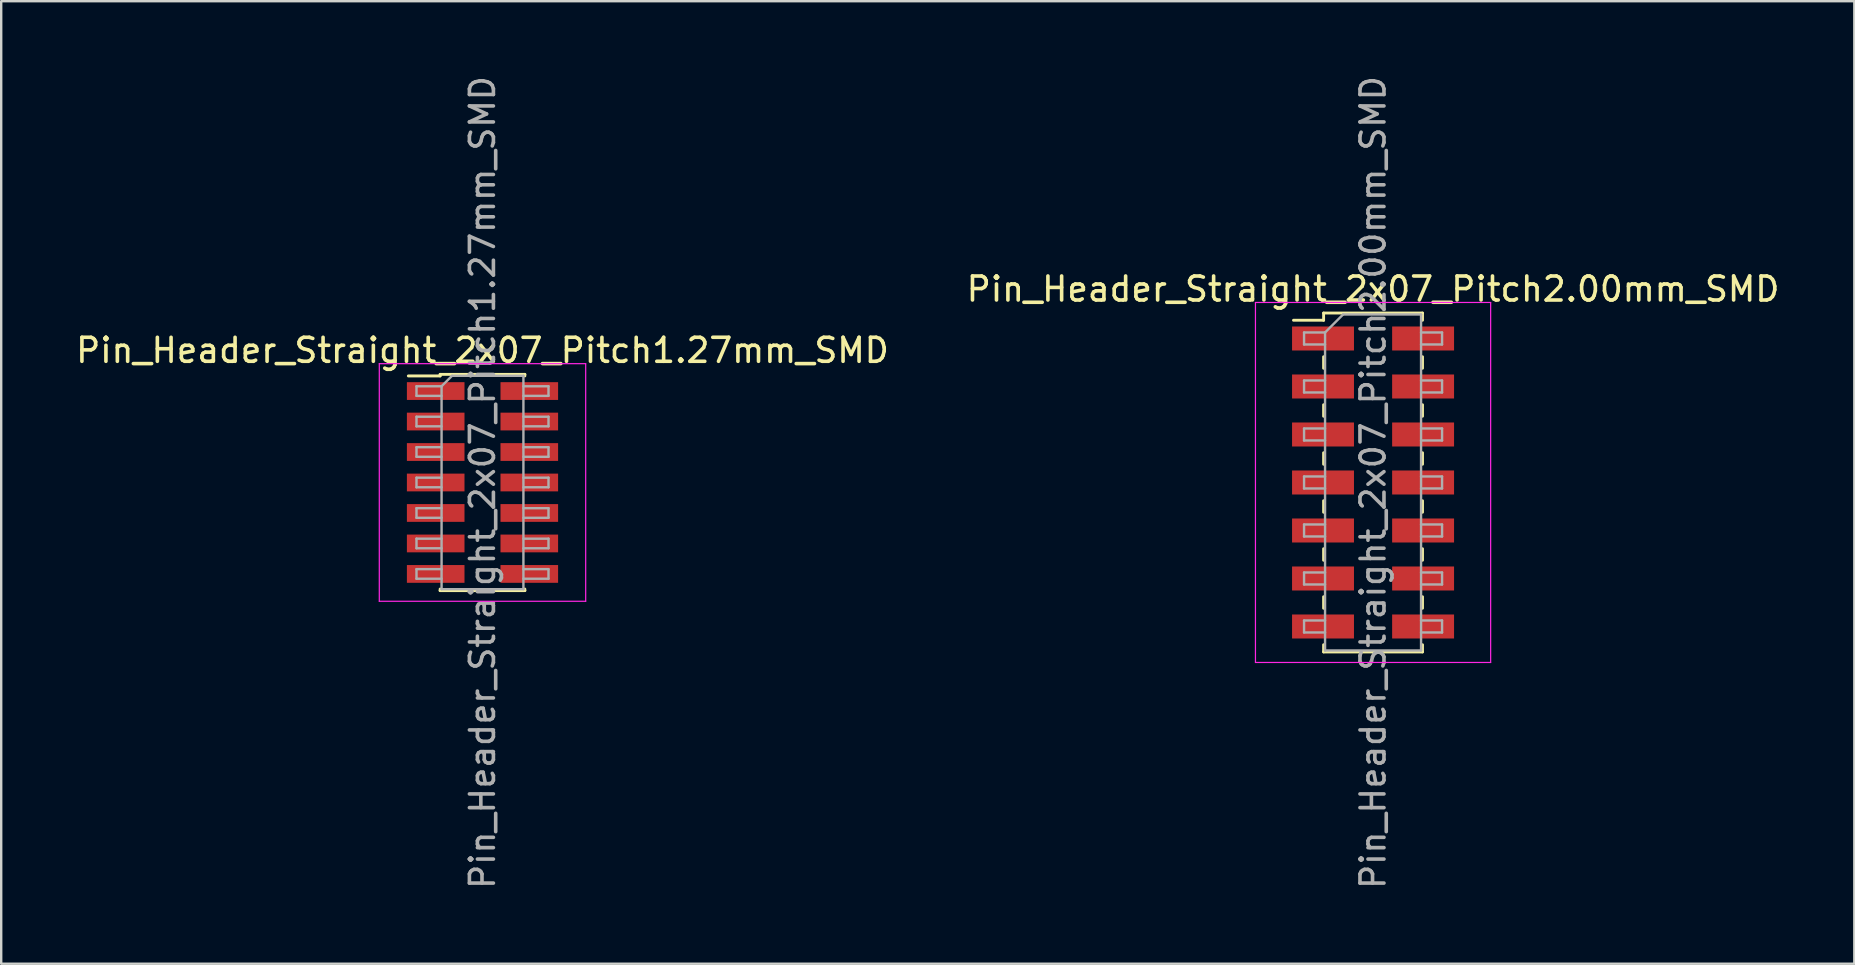
<source format=kicad_pcb>
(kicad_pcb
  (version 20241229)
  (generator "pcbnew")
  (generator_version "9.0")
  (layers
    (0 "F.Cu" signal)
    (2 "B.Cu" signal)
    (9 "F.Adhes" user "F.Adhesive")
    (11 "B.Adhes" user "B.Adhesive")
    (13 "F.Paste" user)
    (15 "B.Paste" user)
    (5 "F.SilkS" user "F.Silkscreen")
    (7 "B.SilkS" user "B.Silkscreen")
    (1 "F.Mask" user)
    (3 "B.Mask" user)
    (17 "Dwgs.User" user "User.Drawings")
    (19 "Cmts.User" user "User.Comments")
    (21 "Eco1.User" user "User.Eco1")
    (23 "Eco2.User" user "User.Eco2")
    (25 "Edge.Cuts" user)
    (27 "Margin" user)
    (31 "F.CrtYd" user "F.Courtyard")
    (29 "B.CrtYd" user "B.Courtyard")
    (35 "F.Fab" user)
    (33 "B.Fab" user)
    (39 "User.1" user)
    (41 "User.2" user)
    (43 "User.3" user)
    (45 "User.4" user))
  (footprint "Pin_Header_Straight_2x07_Pitch1.27mm_SMD"
    (layer "F.Cu")
    (at 17.054 17.054)
    (property "Reference" "Pin_Header_Straight_2x07_Pitch1.27mm_SMD" (at 0 -5.505 0) (layer "F.SilkS") (effects (font (size 1 1) (thickness 0.15))))
    (attr smd)
    (fp_line (start -3.09 -4.44) (end -1.765 -4.44) (stroke (width 0.12) (type solid)) (layer "F.SilkS"))
    (fp_line (start -1.765 -4.505) (end -1.765 -4.44) (stroke (width 0.12) (type solid)) (layer "F.SilkS"))
    (fp_line (start -1.765 -4.505) (end 1.765 -4.505) (stroke (width 0.12) (type solid)) (layer "F.SilkS"))
    (fp_line (start -1.765 4.44) (end -1.765 4.505) (stroke (width 0.12) (type solid)) (layer "F.SilkS"))
    (fp_line (start -1.765 4.505) (end 1.765 4.505) (stroke (width 0.12) (type solid)) (layer "F.SilkS"))
    (fp_line (start 1.765 -4.505) (end 1.765 -4.44) (stroke (width 0.12) (type solid)) (layer "F.SilkS"))
    (fp_line (start 1.765 4.44) (end 1.765 4.505) (stroke (width 0.12) (type solid)) (layer "F.SilkS"))
    (fp_line (start -4.3 -4.95) (end -4.3 4.95) (stroke (width 0.05) (type solid)) (layer "F.CrtYd"))
    (fp_line (start -4.3 4.95) (end 4.3 4.95) (stroke (width 0.05) (type solid)) (layer "F.CrtYd"))
    (fp_line (start 4.3 -4.95) (end -4.3 -4.95) (stroke (width 0.05) (type solid)) (layer "F.CrtYd"))
    (fp_line (start 4.3 4.95) (end 4.3 -4.95) (stroke (width 0.05) (type solid)) (layer "F.CrtYd"))
    (fp_line (start -2.75 -4.01) (end -2.75 -3.61) (stroke (width 0.1) (type solid)) (layer "F.Fab"))
    (fp_line (start -2.75 -3.61) (end -1.705 -3.61) (stroke (width 0.1) (type solid)) (layer "F.Fab"))
    (fp_line (start -2.75 -2.74) (end -2.75 -2.34) (stroke (width 0.1) (type solid)) (layer "F.Fab"))
    (fp_line (start -2.75 -2.34) (end -1.705 -2.34) (stroke (width 0.1) (type solid)) (layer "F.Fab"))
    (fp_line (start -2.75 -1.47) (end -2.75 -1.07) (stroke (width 0.1) (type solid)) (layer "F.Fab"))
    (fp_line (start -2.75 -1.07) (end -1.705 -1.07) (stroke (width 0.1) (type solid)) (layer "F.Fab"))
    (fp_line (start -2.75 -0.2) (end -2.75 0.2) (stroke (width 0.1) (type solid)) (layer "F.Fab"))
    (fp_line (start -2.75 0.2) (end -1.705 0.2) (stroke (width 0.1) (type solid)) (layer "F.Fab"))
    (fp_line (start -2.75 1.07) (end -2.75 1.47) (stroke (width 0.1) (type solid)) (layer "F.Fab"))
    (fp_line (start -2.75 1.47) (end -1.705 1.47) (stroke (width 0.1) (type solid)) (layer "F.Fab"))
    (fp_line (start -2.75 2.34) (end -2.75 2.74) (stroke (width 0.1) (type solid)) (layer "F.Fab"))
    (fp_line (start -2.75 2.74) (end -1.705 2.74) (stroke (width 0.1) (type solid)) (layer "F.Fab"))
    (fp_line (start -2.75 3.61) (end -2.75 4.01) (stroke (width 0.1) (type solid)) (layer "F.Fab"))
    (fp_line (start -2.75 4.01) (end -1.705 4.01) (stroke (width 0.1) (type solid)) (layer "F.Fab"))
    (fp_line (start -1.705 -4.01) (end -2.75 -4.01) (stroke (width 0.1) (type solid)) (layer "F.Fab"))
    (fp_line (start -1.705 -4.01) (end -1.27 -4.445) (stroke (width 0.1) (type solid)) (layer "F.Fab"))
    (fp_line (start -1.705 -2.74) (end -2.75 -2.74) (stroke (width 0.1) (type solid)) (layer "F.Fab"))
    (fp_line (start -1.705 -1.47) (end -2.75 -1.47) (stroke (width 0.1) (type solid)) (layer "F.Fab"))
    (fp_line (start -1.705 -0.2) (end -2.75 -0.2) (stroke (width 0.1) (type solid)) (layer "F.Fab"))
    (fp_line (start -1.705 1.07) (end -2.75 1.07) (stroke (width 0.1) (type solid)) (layer "F.Fab"))
    (fp_line (start -1.705 2.34) (end -2.75 2.34) (stroke (width 0.1) (type solid)) (layer "F.Fab"))
    (fp_line (start -1.705 3.61) (end -2.75 3.61) (stroke (width 0.1) (type solid)) (layer "F.Fab"))
    (fp_line (start -1.705 4.445) (end -1.705 -4.01) (stroke (width 0.1) (type solid)) (layer "F.Fab"))
    (fp_line (start -1.27 -4.445) (end 1.705 -4.445) (stroke (width 0.1) (type solid)) (layer "F.Fab"))
    (fp_line (start 1.705 -4.445) (end 1.705 4.445) (stroke (width 0.1) (type solid)) (layer "F.Fab"))
    (fp_line (start 1.705 -4.01) (end 2.75 -4.01) (stroke (width 0.1) (type solid)) (layer "F.Fab"))
    (fp_line (start 1.705 -2.74) (end 2.75 -2.74) (stroke (width 0.1) (type solid)) (layer "F.Fab"))
    (fp_line (start 1.705 -1.47) (end 2.75 -1.47) (stroke (width 0.1) (type solid)) (layer "F.Fab"))
    (fp_line (start 1.705 -0.2) (end 2.75 -0.2) (stroke (width 0.1) (type solid)) (layer "F.Fab"))
    (fp_line (start 1.705 1.07) (end 2.75 1.07) (stroke (width 0.1) (type solid)) (layer "F.Fab"))
    (fp_line (start 1.705 2.34) (end 2.75 2.34) (stroke (width 0.1) (type solid)) (layer "F.Fab"))
    (fp_line (start 1.705 3.61) (end 2.75 3.61) (stroke (width 0.1) (type solid)) (layer "F.Fab"))
    (fp_line (start 1.705 4.445) (end -1.705 4.445) (stroke (width 0.1) (type solid)) (layer "F.Fab"))
    (fp_line (start 2.75 -4.01) (end 2.75 -3.61) (stroke (width 0.1) (type solid)) (layer "F.Fab"))
    (fp_line (start 2.75 -3.61) (end 1.705 -3.61) (stroke (width 0.1) (type solid)) (layer "F.Fab"))
    (fp_line (start 2.75 -2.74) (end 2.75 -2.34) (stroke (width 0.1) (type solid)) (layer "F.Fab"))
    (fp_line (start 2.75 -2.34) (end 1.705 -2.34) (stroke (width 0.1) (type solid)) (layer "F.Fab"))
    (fp_line (start 2.75 -1.47) (end 2.75 -1.07) (stroke (width 0.1) (type solid)) (layer "F.Fab"))
    (fp_line (start 2.75 -1.07) (end 1.705 -1.07) (stroke (width 0.1) (type solid)) (layer "F.Fab"))
    (fp_line (start 2.75 -0.2) (end 2.75 0.2) (stroke (width 0.1) (type solid)) (layer "F.Fab"))
    (fp_line (start 2.75 0.2) (end 1.705 0.2) (stroke (width 0.1) (type solid)) (layer "F.Fab"))
    (fp_line (start 2.75 1.07) (end 2.75 1.47) (stroke (width 0.1) (type solid)) (layer "F.Fab"))
    (fp_line (start 2.75 1.47) (end 1.705 1.47) (stroke (width 0.1) (type solid)) (layer "F.Fab"))
    (fp_line (start 2.75 2.34) (end 2.75 2.74) (stroke (width 0.1) (type solid)) (layer "F.Fab"))
    (fp_line (start 2.75 2.74) (end 1.705 2.74) (stroke (width 0.1) (type solid)) (layer "F.Fab"))
    (fp_line (start 2.75 3.61) (end 2.75 4.01) (stroke (width 0.1) (type solid)) (layer "F.Fab"))
    (fp_line (start 2.75 4.01) (end 1.705 4.01) (stroke (width 0.1) (type solid)) (layer "F.Fab"))
    (fp_text user "${REFERENCE}" (at 0 0 90) (layer "F.Fab") (effects (font (size 1 1) (thickness 0.15))))
    (pad "1" smd rect (at -1.95 -3.81) (size 2.4 0.74) (layers "F.Cu" "F.Mask" "F.Paste"))
    (pad "2" smd rect (at 1.95 -3.81) (size 2.4 0.74) (layers "F.Cu" "F.Mask" "F.Paste"))
    (pad "3" smd rect (at -1.95 -2.54) (size 2.4 0.74) (layers "F.Cu" "F.Mask" "F.Paste"))
    (pad "4" smd rect (at 1.95 -2.54) (size 2.4 0.74) (layers "F.Cu" "F.Mask" "F.Paste"))
    (pad "5" smd rect (at -1.95 -1.27) (size 2.4 0.74) (layers "F.Cu" "F.Mask" "F.Paste"))
    (pad "6" smd rect (at 1.95 -1.27) (size 2.4 0.74) (layers "F.Cu" "F.Mask" "F.Paste"))
    (pad "7" smd rect (at -1.95 0) (size 2.4 0.74) (layers "F.Cu" "F.Mask" "F.Paste"))
    (pad "8" smd rect (at 1.95 0) (size 2.4 0.74) (layers "F.Cu" "F.Mask" "F.Paste"))
    (pad "9" smd rect (at -1.95 1.27) (size 2.4 0.74) (layers "F.Cu" "F.Mask" "F.Paste"))
    (pad "10" smd rect (at 1.95 1.27) (size 2.4 0.74) (layers "F.Cu" "F.Mask" "F.Paste"))
    (pad "11" smd rect (at -1.95 2.54) (size 2.4 0.74) (layers "F.Cu" "F.Mask" "F.Paste"))
    (pad "12" smd rect (at 1.95 2.54) (size 2.4 0.74) (layers "F.Cu" "F.Mask" "F.Paste"))
    (pad "13" smd rect (at -1.95 3.81) (size 2.4 0.74) (layers "F.Cu" "F.Mask" "F.Paste"))
    (pad "14" smd rect (at 1.95 3.81) (size 2.4 0.74) (layers "F.Cu" "F.Mask" "F.Paste")))
  (footprint "Pin_Header_Straight_2x07_Pitch2.00mm_SMD"
    (layer "F.Cu")
    (at 54.161 17.054)
    (property "Reference" "Pin_Header_Straight_2x07_Pitch2.00mm_SMD" (at 0 -8.06 0) (layer "F.SilkS") (effects (font (size 1 1) (thickness 0.15))))
    (attr smd)
    (fp_line (start -3.315 -6.76) (end -2.06 -6.76) (stroke (width 0.12) (type solid)) (layer "F.SilkS"))
    (fp_line (start -2.06 -7.06) (end -2.06 -6.76) (stroke (width 0.12) (type solid)) (layer "F.SilkS"))
    (fp_line (start -2.06 -7.06) (end 2.06 -7.06) (stroke (width 0.12) (type solid)) (layer "F.SilkS"))
    (fp_line (start -2.06 -5.24) (end -2.06 -4.76) (stroke (width 0.12) (type solid)) (layer "F.SilkS"))
    (fp_line (start -2.06 -3.24) (end -2.06 -2.76) (stroke (width 0.12) (type solid)) (layer "F.SilkS"))
    (fp_line (start -2.06 -1.24) (end -2.06 -0.76) (stroke (width 0.12) (type solid)) (layer "F.SilkS"))
    (fp_line (start -2.06 0.76) (end -2.06 1.24) (stroke (width 0.12) (type solid)) (layer "F.SilkS"))
    (fp_line (start -2.06 2.76) (end -2.06 3.24) (stroke (width 0.12) (type solid)) (layer "F.SilkS"))
    (fp_line (start -2.06 4.76) (end -2.06 5.24) (stroke (width 0.12) (type solid)) (layer "F.SilkS"))
    (fp_line (start -2.06 6.76) (end -2.06 7.06) (stroke (width 0.12) (type solid)) (layer "F.SilkS"))
    (fp_line (start -2.06 7.06) (end 2.06 7.06) (stroke (width 0.12) (type solid)) (layer "F.SilkS"))
    (fp_line (start 2.06 -7.06) (end 2.06 -6.76) (stroke (width 0.12) (type solid)) (layer "F.SilkS"))
    (fp_line (start 2.06 -5.24) (end 2.06 -4.76) (stroke (width 0.12) (type solid)) (layer "F.SilkS"))
    (fp_line (start 2.06 -3.24) (end 2.06 -2.76) (stroke (width 0.12) (type solid)) (layer "F.SilkS"))
    (fp_line (start 2.06 -1.24) (end 2.06 -0.76) (stroke (width 0.12) (type solid)) (layer "F.SilkS"))
    (fp_line (start 2.06 0.76) (end 2.06 1.24) (stroke (width 0.12) (type solid)) (layer "F.SilkS"))
    (fp_line (start 2.06 2.76) (end 2.06 3.24) (stroke (width 0.12) (type solid)) (layer "F.SilkS"))
    (fp_line (start 2.06 4.76) (end 2.06 5.24) (stroke (width 0.12) (type solid)) (layer "F.SilkS"))
    (fp_line (start 2.06 6.76) (end 2.06 7.06) (stroke (width 0.12) (type solid)) (layer "F.SilkS"))
    (fp_line (start -4.9 -7.5) (end -4.9 7.5) (stroke (width 0.05) (type solid)) (layer "F.CrtYd"))
    (fp_line (start -4.9 7.5) (end 4.9 7.5) (stroke (width 0.05) (type solid)) (layer "F.CrtYd"))
    (fp_line (start 4.9 -7.5) (end -4.9 -7.5) (stroke (width 0.05) (type solid)) (layer "F.CrtYd"))
    (fp_line (start 4.9 7.5) (end 4.9 -7.5) (stroke (width 0.05) (type solid)) (layer "F.CrtYd"))
    (fp_line (start -2.875 -6.25) (end -2.875 -5.75) (stroke (width 0.1) (type solid)) (layer "F.Fab"))
    (fp_line (start -2.875 -5.75) (end -2 -5.75) (stroke (width 0.1) (type solid)) (layer "F.Fab"))
    (fp_line (start -2.875 -4.25) (end -2.875 -3.75) (stroke (width 0.1) (type solid)) (layer "F.Fab"))
    (fp_line (start -2.875 -3.75) (end -2 -3.75) (stroke (width 0.1) (type solid)) (layer "F.Fab"))
    (fp_line (start -2.875 -2.25) (end -2.875 -1.75) (stroke (width 0.1) (type solid)) (layer "F.Fab"))
    (fp_line (start -2.875 -1.75) (end -2 -1.75) (stroke (width 0.1) (type solid)) (layer "F.Fab"))
    (fp_line (start -2.875 -0.25) (end -2.875 0.25) (stroke (width 0.1) (type solid)) (layer "F.Fab"))
    (fp_line (start -2.875 0.25) (end -2 0.25) (stroke (width 0.1) (type solid)) (layer "F.Fab"))
    (fp_line (start -2.875 1.75) (end -2.875 2.25) (stroke (width 0.1) (type solid)) (layer "F.Fab"))
    (fp_line (start -2.875 2.25) (end -2 2.25) (stroke (width 0.1) (type solid)) (layer "F.Fab"))
    (fp_line (start -2.875 3.75) (end -2.875 4.25) (stroke (width 0.1) (type solid)) (layer "F.Fab"))
    (fp_line (start -2.875 4.25) (end -2 4.25) (stroke (width 0.1) (type solid)) (layer "F.Fab"))
    (fp_line (start -2.875 5.75) (end -2.875 6.25) (stroke (width 0.1) (type solid)) (layer "F.Fab"))
    (fp_line (start -2.875 6.25) (end -2 6.25) (stroke (width 0.1) (type solid)) (layer "F.Fab"))
    (fp_line (start -2 -6.25) (end -2.875 -6.25) (stroke (width 0.1) (type solid)) (layer "F.Fab"))
    (fp_line (start -2 -6.25) (end -1.25 -7) (stroke (width 0.1) (type solid)) (layer "F.Fab"))
    (fp_line (start -2 -4.25) (end -2.875 -4.25) (stroke (width 0.1) (type solid)) (layer "F.Fab"))
    (fp_line (start -2 -2.25) (end -2.875 -2.25) (stroke (width 0.1) (type solid)) (layer "F.Fab"))
    (fp_line (start -2 -0.25) (end -2.875 -0.25) (stroke (width 0.1) (type solid)) (layer "F.Fab"))
    (fp_line (start -2 1.75) (end -2.875 1.75) (stroke (width 0.1) (type solid)) (layer "F.Fab"))
    (fp_line (start -2 3.75) (end -2.875 3.75) (stroke (width 0.1) (type solid)) (layer "F.Fab"))
    (fp_line (start -2 5.75) (end -2.875 5.75) (stroke (width 0.1) (type solid)) (layer "F.Fab"))
    (fp_line (start -2 7) (end -2 -6.25) (stroke (width 0.1) (type solid)) (layer "F.Fab"))
    (fp_line (start -1.25 -7) (end 2 -7) (stroke (width 0.1) (type solid)) (layer "F.Fab"))
    (fp_line (start 2 -7) (end 2 7) (stroke (width 0.1) (type solid)) (layer "F.Fab"))
    (fp_line (start 2 -6.25) (end 2.875 -6.25) (stroke (width 0.1) (type solid)) (layer "F.Fab"))
    (fp_line (start 2 -4.25) (end 2.875 -4.25) (stroke (width 0.1) (type solid)) (layer "F.Fab"))
    (fp_line (start 2 -2.25) (end 2.875 -2.25) (stroke (width 0.1) (type solid)) (layer "F.Fab"))
    (fp_line (start 2 -0.25) (end 2.875 -0.25) (stroke (width 0.1) (type solid)) (layer "F.Fab"))
    (fp_line (start 2 1.75) (end 2.875 1.75) (stroke (width 0.1) (type solid)) (layer "F.Fab"))
    (fp_line (start 2 3.75) (end 2.875 3.75) (stroke (width 0.1) (type solid)) (layer "F.Fab"))
    (fp_line (start 2 5.75) (end 2.875 5.75) (stroke (width 0.1) (type solid)) (layer "F.Fab"))
    (fp_line (start 2 7) (end -2 7) (stroke (width 0.1) (type solid)) (layer "F.Fab"))
    (fp_line (start 2.875 -6.25) (end 2.875 -5.75) (stroke (width 0.1) (type solid)) (layer "F.Fab"))
    (fp_line (start 2.875 -5.75) (end 2 -5.75) (stroke (width 0.1) (type solid)) (layer "F.Fab"))
    (fp_line (start 2.875 -4.25) (end 2.875 -3.75) (stroke (width 0.1) (type solid)) (layer "F.Fab"))
    (fp_line (start 2.875 -3.75) (end 2 -3.75) (stroke (width 0.1) (type solid)) (layer "F.Fab"))
    (fp_line (start 2.875 -2.25) (end 2.875 -1.75) (stroke (width 0.1) (type solid)) (layer "F.Fab"))
    (fp_line (start 2.875 -1.75) (end 2 -1.75) (stroke (width 0.1) (type solid)) (layer "F.Fab"))
    (fp_line (start 2.875 -0.25) (end 2.875 0.25) (stroke (width 0.1) (type solid)) (layer "F.Fab"))
    (fp_line (start 2.875 0.25) (end 2 0.25) (stroke (width 0.1) (type solid)) (layer "F.Fab"))
    (fp_line (start 2.875 1.75) (end 2.875 2.25) (stroke (width 0.1) (type solid)) (layer "F.Fab"))
    (fp_line (start 2.875 2.25) (end 2 2.25) (stroke (width 0.1) (type solid)) (layer "F.Fab"))
    (fp_line (start 2.875 3.75) (end 2.875 4.25) (stroke (width 0.1) (type solid)) (layer "F.Fab"))
    (fp_line (start 2.875 4.25) (end 2 4.25) (stroke (width 0.1) (type solid)) (layer "F.Fab"))
    (fp_line (start 2.875 5.75) (end 2.875 6.25) (stroke (width 0.1) (type solid)) (layer "F.Fab"))
    (fp_line (start 2.875 6.25) (end 2 6.25) (stroke (width 0.1) (type solid)) (layer "F.Fab"))
    (fp_text user "${REFERENCE}" (at 0 0 90) (layer "F.Fab") (effects (font (size 1 1) (thickness 0.15))))
    (pad "1" smd rect (at -2.085 -6) (size 2.58 1) (layers "F.Cu" "F.Mask" "F.Paste"))
    (pad "2" smd rect (at 2.085 -6) (size 2.58 1) (layers "F.Cu" "F.Mask" "F.Paste"))
    (pad "3" smd rect (at -2.085 -4) (size 2.58 1) (layers "F.Cu" "F.Mask" "F.Paste"))
    (pad "4" smd rect (at 2.085 -4) (size 2.58 1) (layers "F.Cu" "F.Mask" "F.Paste"))
    (pad "5" smd rect (at -2.085 -2) (size 2.58 1) (layers "F.Cu" "F.Mask" "F.Paste"))
    (pad "6" smd rect (at 2.085 -2) (size 2.58 1) (layers "F.Cu" "F.Mask" "F.Paste"))
    (pad "7" smd rect (at -2.085 0) (size 2.58 1) (layers "F.Cu" "F.Mask" "F.Paste"))
    (pad "8" smd rect (at 2.085 0) (size 2.58 1) (layers "F.Cu" "F.Mask" "F.Paste"))
    (pad "9" smd rect (at -2.085 2) (size 2.58 1) (layers "F.Cu" "F.Mask" "F.Paste"))
    (pad "10" smd rect (at 2.085 2) (size 2.58 1) (layers "F.Cu" "F.Mask" "F.Paste"))
    (pad "11" smd rect (at -2.085 4) (size 2.58 1) (layers "F.Cu" "F.Mask" "F.Paste"))
    (pad "12" smd rect (at 2.085 4) (size 2.58 1) (layers "F.Cu" "F.Mask" "F.Paste"))
    (pad "13" smd rect (at -2.085 6) (size 2.58 1) (layers "F.Cu" "F.Mask" "F.Paste"))
    (pad "14" smd rect (at 2.085 6) (size 2.58 1) (layers "F.Cu" "F.Mask" "F.Paste")))
  (gr_rect
    (start -3 -3)
    (end 74.214 37.107)
    (stroke (width 0.1) (type default))
    (fill no)
    (layer "Edge.Cuts")))
</source>
